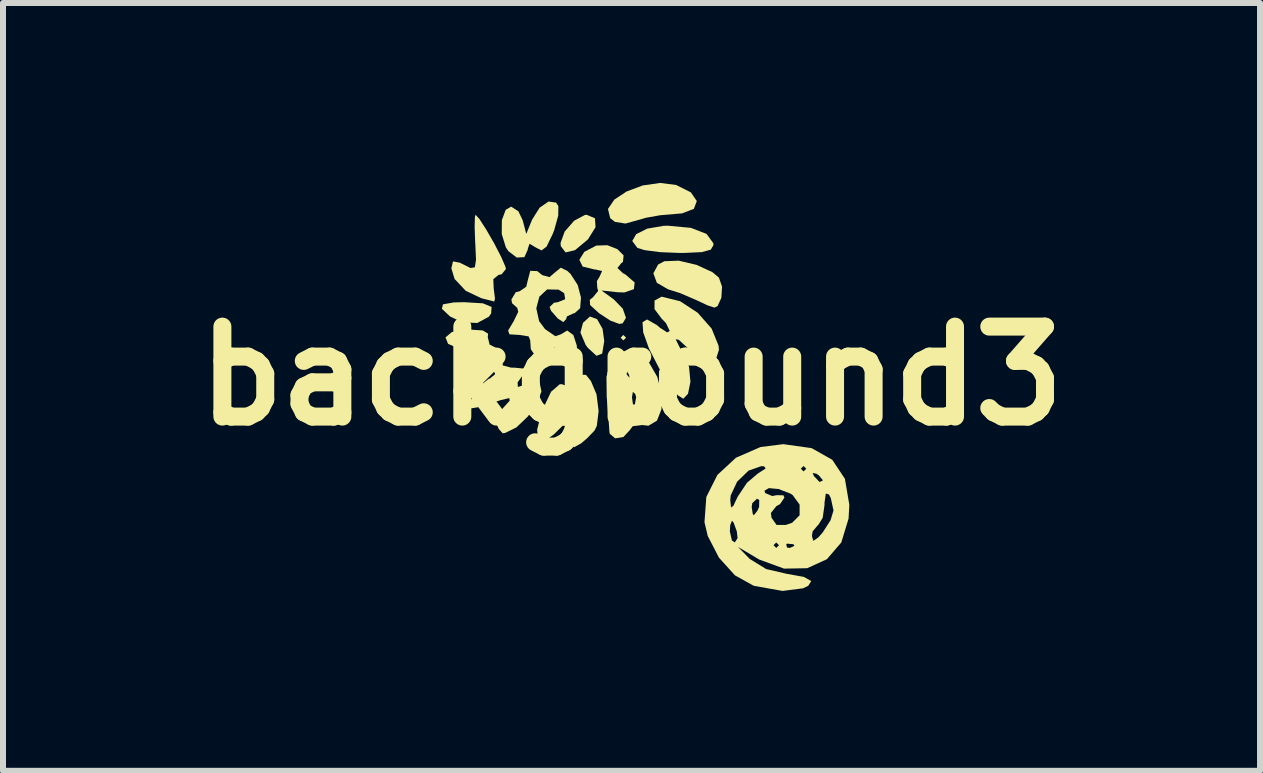
<source format=kicad_pcb>
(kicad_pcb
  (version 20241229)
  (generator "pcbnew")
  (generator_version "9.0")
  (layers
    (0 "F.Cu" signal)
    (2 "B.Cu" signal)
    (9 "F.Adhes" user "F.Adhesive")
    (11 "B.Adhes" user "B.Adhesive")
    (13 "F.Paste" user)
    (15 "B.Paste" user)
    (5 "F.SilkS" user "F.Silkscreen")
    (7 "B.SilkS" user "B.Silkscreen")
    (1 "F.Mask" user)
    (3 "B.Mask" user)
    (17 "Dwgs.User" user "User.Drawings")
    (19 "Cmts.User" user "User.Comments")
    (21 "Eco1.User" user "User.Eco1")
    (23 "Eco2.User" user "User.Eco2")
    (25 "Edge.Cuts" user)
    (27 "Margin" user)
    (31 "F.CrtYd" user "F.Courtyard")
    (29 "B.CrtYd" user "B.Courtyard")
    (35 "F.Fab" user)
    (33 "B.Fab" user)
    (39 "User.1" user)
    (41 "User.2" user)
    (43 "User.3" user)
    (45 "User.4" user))
  (footprint "background3"
    (layer "F.Cu")
    (at 7.479 3.217)
    (property "Reference" "background3" (at 0 0 0) (layer "F.SilkS") (effects (font (size 1.5 1.5) (thickness 0.3))))
    (attr board_only exclude_from_pos_files exclude_from_bom)
    (fp_poly (pts (xy -0.091 -0.637) (xy -0.137 -0.592) (xy -0.182 -0.637) (xy -0.137 -0.683)) (stroke (width 0) (type solid)) (fill yes) (layer "F.SilkS"))
    (fp_poly (pts (xy -0.574 -0.946) (xy -0.483 -0.784) (xy -0.455 -0.581) (xy -0.489 -0.373) (xy -0.584 -0.335) (xy -0.73 -0.469) (xy -0.764 -0.515) (xy -0.852 -0.723) (xy -0.809 -0.885) (xy -0.694 -0.99)) (stroke (width 0) (type solid)) (fill yes) (layer "F.SilkS"))
    (fp_poly (pts (xy -2.479 -1.21) (xy -2.333 -1.15) (xy -2.341 -1.04) (xy -2.379 -0.987) (xy -2.572 -0.882) (xy -2.826 -0.894) (xy -3.027 -0.992) (xy -3.162 -1.119) (xy -3.144 -1.193) (xy -2.964 -1.225) (xy -2.792 -1.229)) (stroke (width 0) (type solid)) (fill yes) (layer "F.SilkS"))
    (fp_poly (pts (xy -0.61 -2.628) (xy -0.6 -2.48) (xy -0.722 -2.283) (xy -0.735 -2.269) (xy -0.943 -2.096) (xy -1.1 -2.059) (xy -1.179 -2.162) (xy -1.184 -2.216) (xy -1.115 -2.406) (xy -0.957 -2.587) (xy -0.778 -2.683) (xy -0.749 -2.686)) (stroke (width 0) (type solid)) (fill yes) (layer "F.SilkS"))
    (fp_poly (pts (xy 0.991 -2.468) (xy 1.251 -2.367) (xy 1.363 -2.213) (xy 1.366 -2.182) (xy 1.322 -2.105) (xy 1.171 -2.064) (xy 0.877 -2.05) (xy 0.797 -2.05) (xy 0.475 -2.063) (xy 0.217 -2.097) (xy 0.097 -2.134) (xy 0.012 -2.249) (xy 0.077 -2.363) (xy 0.261 -2.455) (xy 0.534 -2.502) (xy 0.609 -2.504)) (stroke (width 0) (type solid)) (fill yes) (layer "F.SilkS"))
    (fp_poly (pts (xy 1.084 -1.851) (xy 1.349 -1.729) (xy 1.457 -1.638) (xy 1.509 -1.487) (xy 1.497 -1.301) (xy 1.434 -1.163) (xy 1.382 -1.139) (xy 1.264 -1.177) (xy 1.086 -1.261) (xy 0.815 -1.378) (xy 0.608 -1.444) (xy 0.422 -1.552) (xy 0.364 -1.71) (xy 0.443 -1.857) (xy 0.548 -1.912) (xy 0.787 -1.921)) (stroke (width 0) (type solid)) (fill yes) (layer "F.SilkS"))
    (fp_poly (pts (xy 0.743 -3.183) (xy 0.989 -3.06) (xy 1.088 -2.915) (xy 1.039 -2.785) (xy 0.84 -2.709) (xy 0.762 -2.703) (xy 0.481 -2.679) (xy 0.249 -2.638) (xy 0.238 -2.635) (xy 0.01 -2.571) (xy -0.101 -2.54) (xy -0.277 -2.568) (xy -0.356 -2.63) (xy -0.393 -2.783) (xy -0.288 -2.938) (xy -0.082 -3.075) (xy 0.186 -3.175) (xy 0.476 -3.217)) (stroke (width 0) (type solid)) (fill yes) (layer "F.SilkS"))
    (fp_poly (pts (xy -1.258 -2.889) (xy -1.22 -2.831) (xy -1.222 -2.673) (xy -1.288 -2.434) (xy -1.314 -2.367) (xy -1.416 -2.156) (xy -1.5 -2.092) (xy -1.593 -2.139) (xy -1.701 -2.203) (xy -1.73 -2.119) (xy -1.73 -2.105) (xy -1.786 -1.98) (xy -1.914 -1.973) (xy -2.054 -2.08) (xy -2.096 -2.144) (xy -2.164 -2.366) (xy -2.162 -2.597) (xy -2.098 -2.769) (xy -2.007 -2.822) (xy -1.887 -2.745) (xy -1.815 -2.595) (xy -1.755 -2.367) (xy -1.658 -2.605) (xy -1.533 -2.804) (xy -1.384 -2.907)) (stroke (width 0) (type solid)) (fill yes) (layer "F.SilkS"))
    (fp_poly (pts (xy -2.534 -2.613) (xy -2.419 -2.434) (xy -2.287 -2.204) (xy -2.171 -1.979) (xy -2.102 -1.818) (xy -2.094 -1.782) (xy -2.167 -1.693) (xy -2.218 -1.684) (xy -2.305 -1.612) (xy -2.298 -1.457) (xy -2.277 -1.291) (xy -2.288 -1.24) (xy -2.393 -1.267) (xy -2.504 -1.295) (xy -2.765 -1.419) (xy -2.95 -1.616) (xy -3.004 -1.793) (xy -2.977 -1.909) (xy -2.864 -1.888) (xy -2.828 -1.87) (xy -2.685 -1.799) (xy -2.613 -1.81) (xy -2.593 -1.934) (xy -2.605 -2.205) (xy -2.607 -2.23) (xy -2.616 -2.49) (xy -2.611 -2.655) (xy -2.6 -2.686)) (stroke (width 0) (type solid)) (fill yes) (layer "F.SilkS"))
    (fp_poly (pts (xy -0.759 -0.017) (xy -0.677 0.086) (xy -0.584 0.307) (xy -0.549 0.587) (xy -0.579 0.833) (xy -0.616 0.91) (xy -0.74 1.039) (xy -0.838 1.123) (xy -0.958 1.19) (xy -1.023 1.114) (xy -1.051 1.017) (xy -1.108 0.79) (xy -1.292 0.973) (xy -1.462 1.096) (xy -1.559 1.066) (xy -1.574 0.897) (xy -1.508 0.637) (xy -1.092 0.637) (xy -1.047 0.683) (xy -1.001 0.637) (xy -1.047 0.592) (xy -1.092 0.637) (xy -1.508 0.637) (xy -1.5 0.607) (xy -1.484 0.563) (xy -1.342 0.265) (xy -1.199 0.141) (xy -1.164 0.137) (xy -1.024 0.189) (xy -0.996 0.25) (xy -0.965 0.264) (xy -0.898 0.137) (xy -0.825 -0.019)) (stroke (width 0) (type solid)) (fill yes) (layer "F.SilkS"))
    (fp_poly (pts (xy 0.81 -1.245) (xy 1.104 -1.052) (xy 1.335 -0.789) (xy 1.451 -0.503) (xy 1.457 -0.435) (xy 1.404 -0.267) (xy 1.263 -0.241) (xy 1.056 -0.357) (xy 0.952 -0.451) (xy 0.787 -0.602) (xy 0.736 -0.611) (xy 0.8 -0.48) (xy 0.871 -0.367) (xy 0.959 -0.147) (xy 0.982 0.098) (xy 0.941 0.299) (xy 0.862 0.381) (xy 0.772 0.324) (xy 0.629 0.146) (xy 0.475 -0.098) (xy 0.291 -0.456) (xy 0.194 -0.727) (xy 0.183 -0.895) (xy 0.258 -0.941) (xy 0.42 -0.849) (xy 0.471 -0.805) (xy 0.594 -0.725) (xy 0.637 -0.749) (xy 0.574 -0.88) (xy 0.501 -0.956) (xy 0.383 -1.114) (xy 0.383 -1.256) (xy 0.499 -1.32) (xy 0.505 -1.32)) (stroke (width 0) (type solid)) (fill yes) (layer "F.SilkS"))
    (fp_poly (pts (xy -0.236 -2.113) (xy -0.132 -2.009) (xy -0.143 -1.902) (xy -0.172 -1.878) (xy -0.235 -1.799) (xy -0.145 -1.714) (xy -0.098 -1.688) (xy 0.052 -1.558) (xy 0.039 -1.446) (xy -0.121 -1.391) (xy -0.236 -1.395) (xy -0.501 -1.424) (xy -0.296 -1.276) (xy -0.146 -1.12) (xy -0.093 -0.969) (xy -0.148 -0.876) (xy -0.205 -0.867) (xy -0.352 -0.921) (xy -0.546 -1.048) (xy -0.546 -1.048) (xy -0.691 -1.182) (xy -0.696 -1.268) (xy -0.64 -1.314) (xy -0.557 -1.417) (xy -0.571 -1.466) (xy -0.578 -1.58) (xy -0.534 -1.653) (xy -0.491 -1.748) (xy -0.605 -1.775) (xy -0.621 -1.775) (xy -0.816 -1.823) (xy -0.87 -1.936) (xy -0.787 -2.069) (xy -0.587 -2.173) (xy -0.404 -2.179)) (stroke (width 0) (type solid)) (fill yes) (layer "F.SilkS"))
    (fp_poly (pts (xy 0.112 -0.379) (xy 0.277 -0.246) (xy 0.429 0.016) (xy 0.502 0.297) (xy 0.499 0.555) (xy 0.424 0.746) (xy 0.281 0.831) (xy 0.18 0.819) (xy 0.019 0.839) (xy -0.032 0.908) (xy -0.136 1.019) (xy -0.273 1.041) (xy -0.363 0.965) (xy -0.369 0.933) (xy -0.379 0.782) (xy -0.399 0.52) (xy -0.413 0.357) (xy 0.007 0.357) (xy 0.024 0.475) (xy 0.055 0.476) (xy 0.077 0.354) (xy 0.062 0.302) (xy 0.022 0.267) (xy 0.007 0.357) (xy -0.413 0.357) (xy -0.414 0.347) (xy -0.418 0.014) (xy -0.363 -0.169) (xy -0.255 -0.193) (xy -0.125 -0.077) (xy -0.034 0.031) (xy -0.039 -0.008) (xy -0.09 -0.115) (xy -0.124 -0.3) (xy -0.04 -0.394)) (stroke (width 0) (type solid)) (fill yes) (layer "F.SilkS"))
    (fp_poly (pts (xy -2.481 -0.758) (xy -2.391 -0.704) (xy -2.397 -0.646) (xy -2.366 -0.522) (xy -2.269 -0.473) (xy -2.142 -0.381) (xy -2.149 -0.282) (xy -2.148 -0.175) (xy -2.009 -0.138) (xy -1.949 -0.137) (xy -1.782 -0.121) (xy -1.772 -0.062) (xy -1.803 -0.027) (xy -1.9 0.109) (xy -1.895 0.185) (xy -1.798 0.154) (xy -1.771 0.133) (xy -1.619 0.067) (xy -1.532 0.116) (xy -1.502 0.259) (xy -1.58 0.464) (xy -1.732 0.68) (xy -1.92 0.859) (xy -2.109 0.952) (xy -2.15 0.956) (xy -2.213 0.885) (xy -2.242 0.822) (xy -2.226 0.657) (xy -2.148 0.542) (xy -2.031 0.413) (xy -2.038 0.37) (xy -2.187 0.405) (xy -2.344 0.458) (xy -2.568 0.524) (xy -2.706 0.546) (xy -2.721 0.541) (xy -2.706 0.447) (xy -2.612 0.289) (xy -2.488 0.134) (xy -2.38 0.048) (xy -2.365 0.046) (xy -2.279 -0.024) (xy -2.276 -0.049) (xy -2.332 -0.096) (xy -2.452 -0.049) (xy -2.688 0.034) (xy -2.853 0.02) (xy -2.914 -0.067) (xy -2.841 -0.205) (xy -2.762 -0.272) (xy -2.675 -0.357) (xy -2.734 -0.409) (xy -2.853 -0.443) (xy -3.059 -0.535) (xy -3.102 -0.642) (xy -2.994 -0.732) (xy -2.748 -0.774) (xy -2.721 -0.774)) (stroke (width 0) (type solid)) (fill yes) (layer "F.SilkS"))
    (fp_poly (pts (xy -1.071 -1.751) (xy -1.017 -1.7) (xy -0.898 -1.516) (xy -0.843 -1.305) (xy -0.857 -1.128) (xy -0.947 -1.047) (xy -0.957 -1.047) (xy -1.077 -0.992) (xy -1.092 -0.945) (xy -1.137 -0.897) (xy -1.229 -0.956) (xy -1.343 -1.087) (xy -1.366 -1.149) (xy -1.292 -1.22) (xy -1.229 -1.229) (xy -1.106 -1.279) (xy -1.123 -1.379) (xy -1.215 -1.438) (xy -1.407 -1.442) (xy -1.537 -1.321) (xy -1.588 -1.127) (xy -1.541 -0.913) (xy -1.443 -0.781) (xy -1.271 -0.662) (xy -1.176 -0.694) (xy -1.073 -0.757) (xy -0.97 -0.682) (xy -0.913 -0.507) (xy -0.91 -0.46) (xy -0.959 -0.268) (xy -1.069 -0.194) (xy -1.186 -0.258) (xy -1.23 -0.348) (xy -1.283 -0.477) (xy -1.321 -0.44) (xy -1.336 -0.387) (xy -1.407 -0.252) (xy -1.452 -0.228) (xy -1.581 -0.297) (xy -1.679 -0.445) (xy -1.689 -0.583) (xy -1.687 -0.588) (xy -1.716 -0.659) (xy -1.871 -0.683) (xy -2.036 -0.693) (xy -2.058 -0.756) (xy -1.966 -0.91) (xy -1.889 -1.068) (xy -1.906 -1.138) (xy -1.91 -1.138) (xy -1.992 -1.212) (xy -2.003 -1.275) (xy -1.93 -1.395) (xy -1.866 -1.411) (xy -1.755 -1.487) (xy -1.73 -1.593) (xy -1.688 -1.752) (xy -1.571 -1.747) (xy -1.489 -1.68) (xy -1.368 -1.647) (xy -1.283 -1.72) (xy -1.18 -1.804)) (stroke (width 0) (type solid)) (fill yes) (layer "F.SilkS"))
    (fp_poly (pts (xy 3.002 1.204) (xy 3.346 1.398) (xy 3.557 1.715) (xy 3.631 2.15) (xy 3.618 2.38) (xy 3.497 2.777) (xy 3.257 3.056) (xy 2.929 3.206) (xy 2.543 3.213) (xy 2.13 3.062) (xy 2.094 3.041) (xy 1.775 2.851) (xy 1.97 3.051) (xy 2.244 3.22) (xy 2.584 3.299) (xy 2.873 3.351) (xy 2.996 3.42) (xy 2.946 3.5) (xy 2.86 3.541) (xy 2.518 3.585) (xy 2.056 3.503) (xy 2.029 3.495) (xy 1.724 3.325) (xy 1.457 3.03) (xy 1.35 2.822) (xy 2.367 2.822) (xy 2.413 2.868) (xy 2.458 2.822) (xy 2.443 2.807) (xy 2.579 2.807) (xy 2.592 2.861) (xy 2.64 2.868) (xy 2.715 2.834) (xy 2.701 2.807) (xy 2.593 2.796) (xy 2.579 2.807) (xy 2.443 2.807) (xy 2.413 2.777) (xy 2.367 2.822) (xy 1.35 2.822) (xy 1.27 2.668) (xy 1.253 2.595) (xy 1.639 2.595) (xy 1.673 2.743) (xy 1.721 2.777) (xy 1.768 2.704) (xy 1.764 2.67) (xy 3.007 2.67) (xy 3.031 2.75) (xy 3.115 2.692) (xy 3.189 2.607) (xy 3.318 2.406) (xy 3.367 2.243) (xy 3.322 2.037) (xy 3.291 1.977) (xy 3.239 1.961) (xy 3.217 2.116) (xy 3.217 2.154) (xy 3.187 2.366) (xy 3.116 2.481) (xy 3.111 2.483) (xy 3.019 2.592) (xy 3.007 2.67) (xy 1.764 2.67) (xy 1.756 2.595) (xy 1.703 2.448) (xy 1.674 2.413) (xy 1.645 2.489) (xy 1.639 2.595) (xy 1.253 2.595) (xy 1.216 2.439) (xy 1.243 2.071) (xy 1.646 2.071) (xy 1.659 2.194) (xy 1.671 2.185) (xy 2.003 2.185) (xy 2.022 2.306) (xy 2.039 2.322) (xy 2.097 2.25) (xy 2.127 2.185) (xy 2.129 2.068) (xy 2.091 2.048) (xy 2.013 2.122) (xy 2.003 2.185) (xy 1.671 2.185) (xy 1.697 2.167) (xy 1.77 2.013) (xy 1.836 1.914) (xy 2.216 1.914) (xy 2.228 1.953) (xy 2.346 2.003) (xy 2.415 1.989) (xy 2.531 1.99) (xy 2.549 2.029) (xy 2.476 2.137) (xy 2.414 2.172) (xy 2.323 2.286) (xy 2.333 2.364) (xy 2.418 2.485) (xy 2.571 2.485) (xy 2.678 2.448) (xy 2.802 2.324) (xy 2.802 2.145) (xy 2.684 1.984) (xy 2.646 1.961) (xy 2.451 1.886) (xy 2.289 1.871) (xy 2.216 1.914) (xy 1.836 1.914) (xy 1.924 1.782) (xy 2.104 1.629) (xy 2.119 1.619) (xy 3.019 1.619) (xy 3.041 1.67) (xy 3.133 1.768) (xy 3.185 1.748) (xy 3.186 1.735) (xy 3.122 1.658) (xy 3.081 1.63) (xy 3.019 1.619) (xy 2.119 1.619) (xy 2.229 1.548) (xy 2.822 1.548) (xy 2.868 1.593) (xy 2.913 1.548) (xy 2.868 1.502) (xy 2.822 1.548) (xy 2.229 1.548) (xy 2.236 1.543) (xy 2.21 1.508) (xy 2.162 1.505) (xy 1.951 1.579) (xy 1.76 1.764) (xy 1.653 1.993) (xy 1.646 2.071) (xy 1.243 2.071) (xy 1.247 2.018) (xy 1.431 1.651) (xy 1.741 1.364) (xy 2.15 1.186) (xy 2.529 1.138)) (stroke (width 0) (type solid)) (fill yes) (layer "F.SilkS")))
  (gr_rect
    (start -3 -3)
    (end 17.957 9.801)
    (stroke (width 0.1) (type default))
    (fill no)
    (layer "Edge.Cuts")))
</source>
